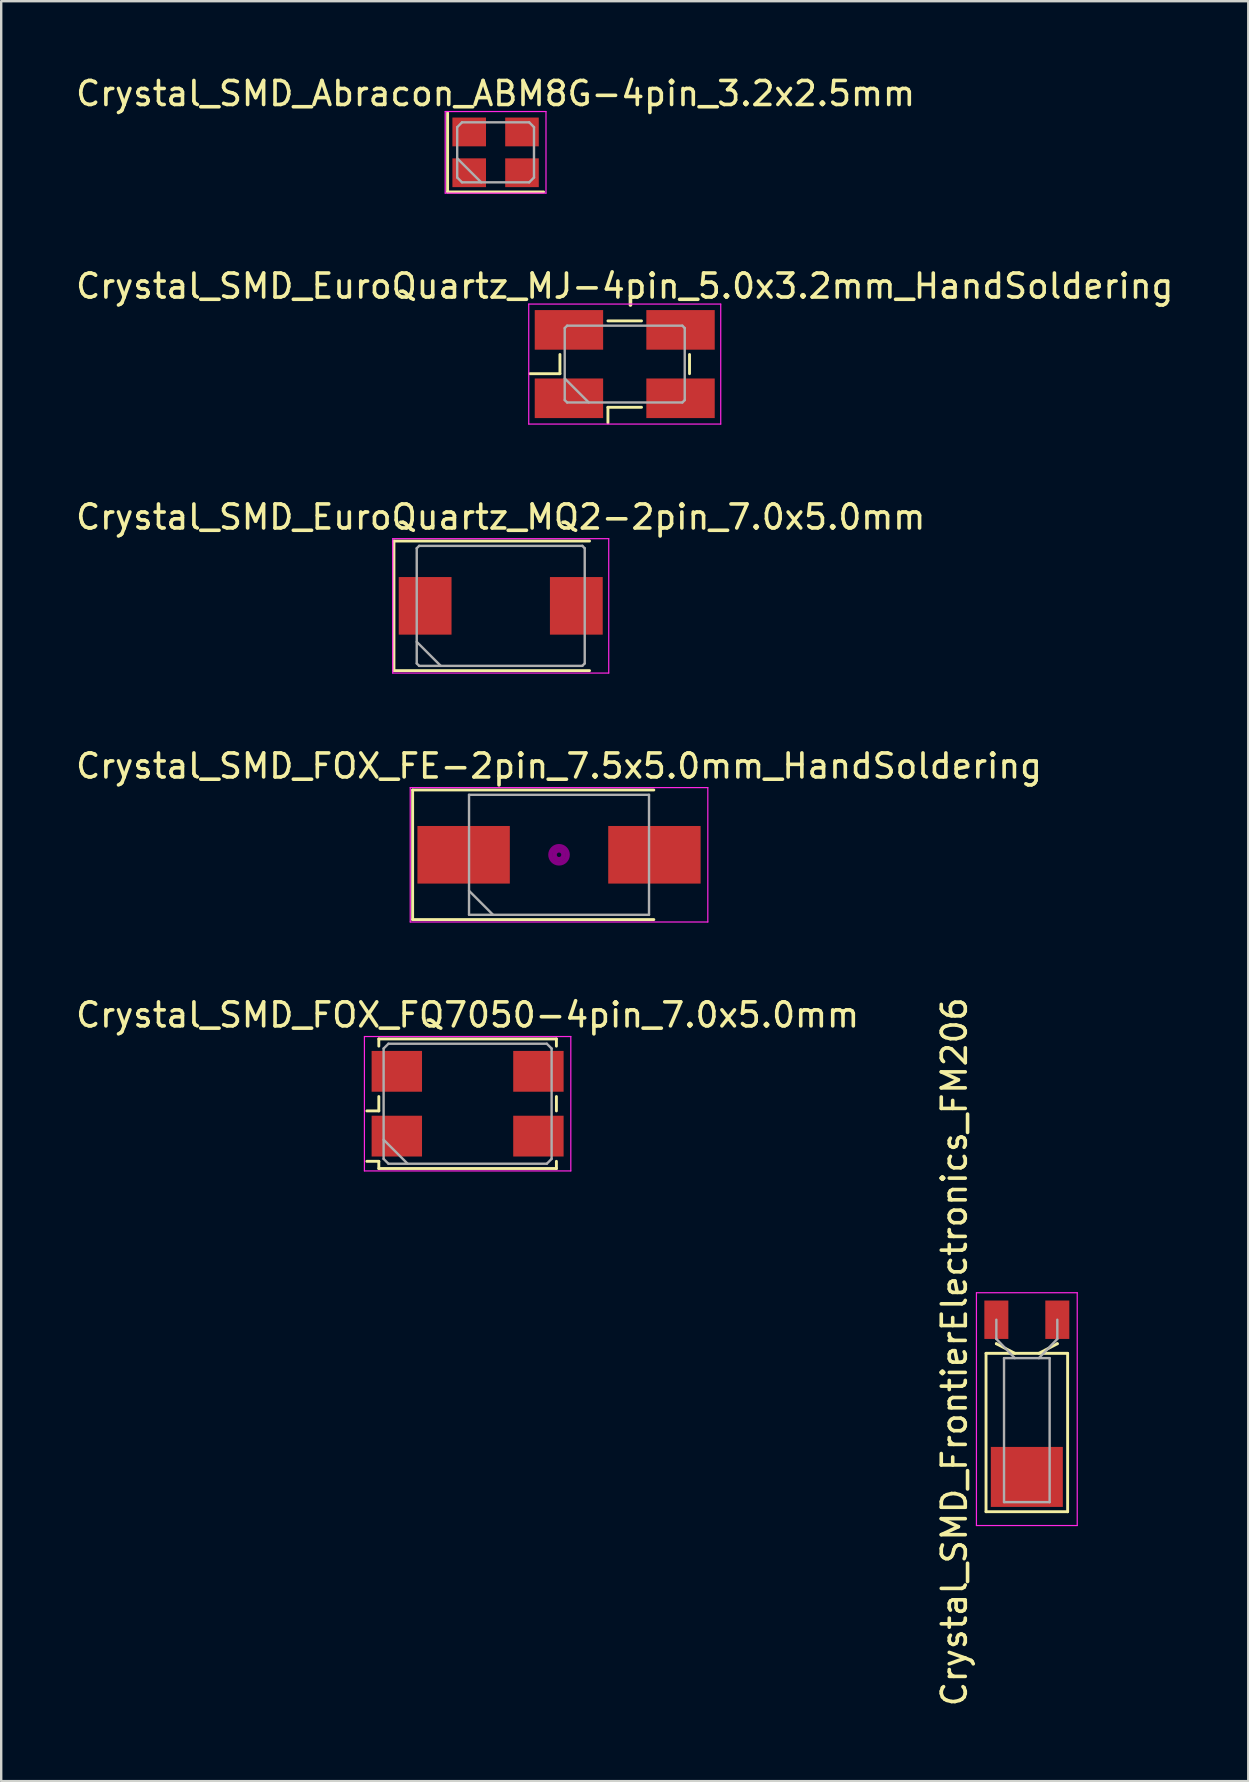
<source format=kicad_pcb>
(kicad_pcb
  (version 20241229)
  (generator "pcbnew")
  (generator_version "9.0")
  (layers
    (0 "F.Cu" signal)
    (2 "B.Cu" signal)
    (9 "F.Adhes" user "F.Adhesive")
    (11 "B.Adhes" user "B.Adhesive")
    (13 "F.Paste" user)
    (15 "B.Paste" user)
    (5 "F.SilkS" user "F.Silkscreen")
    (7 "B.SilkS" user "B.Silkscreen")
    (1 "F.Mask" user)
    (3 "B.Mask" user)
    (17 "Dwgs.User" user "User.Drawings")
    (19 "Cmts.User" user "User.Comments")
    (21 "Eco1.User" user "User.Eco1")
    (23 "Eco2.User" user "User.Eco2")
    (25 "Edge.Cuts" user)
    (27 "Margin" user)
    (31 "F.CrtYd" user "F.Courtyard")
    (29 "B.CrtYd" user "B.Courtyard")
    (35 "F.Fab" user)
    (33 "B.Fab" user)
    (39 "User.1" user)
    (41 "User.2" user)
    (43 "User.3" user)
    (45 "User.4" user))
  (footprint "Crystal_SMD_FOX_FQ7050-4pin_7.0x5.0mm"
    (layer "F.Cu")
    (at 16.435 42.941)
    (property "Reference" "Crystal_SMD_FOX_FQ7050-4pin_7.0x5.0mm" (at 0 -3.7 0) (layer "F.SilkS") (effects (font (size 1 1) (thickness 0.15))))
    (attr smd)
    (fp_line (start -4.2 0.3) (end -3.7 0.3) (stroke (width 0.12) (type solid)) (layer "F.SilkS"))
    (fp_line (start -4.2 2.4) (end -3.7 2.4) (stroke (width 0.12) (type solid)) (layer "F.SilkS"))
    (fp_line (start -3.7 -2.7) (end 3.7 -2.7) (stroke (width 0.12) (type solid)) (layer "F.SilkS"))
    (fp_line (start -3.7 -2.4) (end -3.7 -2.7) (stroke (width 0.12) (type solid)) (layer "F.SilkS"))
    (fp_line (start -3.7 0.3) (end -3.7 -0.3) (stroke (width 0.12) (type solid)) (layer "F.SilkS"))
    (fp_line (start -3.7 2.4) (end -3.7 2.7) (stroke (width 0.12) (type solid)) (layer "F.SilkS"))
    (fp_line (start -3.7 2.7) (end 3.7 2.7) (stroke (width 0.12) (type solid)) (layer "F.SilkS"))
    (fp_line (start 3.7 -2.7) (end 3.7 -2.4) (stroke (width 0.12) (type solid)) (layer "F.SilkS"))
    (fp_line (start 3.7 -0.3) (end 3.7 0.3) (stroke (width 0.12) (type solid)) (layer "F.SilkS"))
    (fp_line (start 3.7 2.7) (end 3.7 2.4) (stroke (width 0.12) (type solid)) (layer "F.SilkS"))
    (fp_line (start -4.3 -2.8) (end -4.3 2.8) (stroke (width 0.05) (type solid)) (layer "F.CrtYd"))
    (fp_line (start -4.3 2.8) (end 4.3 2.8) (stroke (width 0.05) (type solid)) (layer "F.CrtYd"))
    (fp_line (start 4.3 -2.8) (end -4.3 -2.8) (stroke (width 0.05) (type solid)) (layer "F.CrtYd"))
    (fp_line (start 4.3 2.8) (end 4.3 -2.8) (stroke (width 0.05) (type solid)) (layer "F.CrtYd"))
    (fp_line (start -3.5 -2.3) (end -3.3 -2.5) (stroke (width 0.1) (type solid)) (layer "F.Fab"))
    (fp_line (start -3.5 1.5) (end -2.5 2.5) (stroke (width 0.1) (type solid)) (layer "F.Fab"))
    (fp_line (start -3.5 2.3) (end -3.5 -2.3) (stroke (width 0.1) (type solid)) (layer "F.Fab"))
    (fp_line (start -3.3 -2.5) (end 3.3 -2.5) (stroke (width 0.1) (type solid)) (layer "F.Fab"))
    (fp_line (start -3.3 2.5) (end -3.5 2.3) (stroke (width 0.1) (type solid)) (layer "F.Fab"))
    (fp_line (start 3.3 -2.5) (end 3.5 -2.3) (stroke (width 0.1) (type solid)) (layer "F.Fab"))
    (fp_line (start 3.3 2.5) (end -3.3 2.5) (stroke (width 0.1) (type solid)) (layer "F.Fab"))
    (fp_line (start 3.5 -2.3) (end 3.5 2.3) (stroke (width 0.1) (type solid)) (layer "F.Fab"))
    (fp_line (start 3.5 2.3) (end 3.3 2.5) (stroke (width 0.1) (type solid)) (layer "F.Fab"))
    (pad "1" smd rect (at -2.95 1.35) (size 2.1 1.7) (layers "F.Cu" "F.Mask"))
    (pad "2" smd rect (at 2.95 1.35) (size 2.1 1.7) (layers "F.Cu" "F.Mask"))
    (pad "3" smd rect (at 2.95 -1.35) (size 2.1 1.7) (layers "F.Cu" "F.Mask"))
    (pad "4" smd rect (at -2.95 -1.35) (size 2.1 1.7) (layers "F.Cu" "F.Mask")))
  (footprint "Crystal_SMD_EuroQuartz_MQ2-2pin_7.0x5.0mm"
    (layer "F.Cu")
    (at 17.815 22.195)
    (property "Reference" "Crystal_SMD_EuroQuartz_MQ2-2pin_7.0x5.0mm" (at 0 -3.7 0) (layer "F.SilkS") (effects (font (size 1 1) (thickness 0.15))))
    (attr smd)
    (fp_line (start -4.45 -2.7) (end -4.45 2.7) (stroke (width 0.12) (type solid)) (layer "F.SilkS"))
    (fp_line (start -4.45 2.7) (end 3.7 2.7) (stroke (width 0.12) (type solid)) (layer "F.SilkS"))
    (fp_line (start 3.7 -2.7) (end -4.45 -2.7) (stroke (width 0.12) (type solid)) (layer "F.SilkS"))
    (fp_line (start -4.5 -2.8) (end -4.5 2.8) (stroke (width 0.05) (type solid)) (layer "F.CrtYd"))
    (fp_line (start -4.5 2.8) (end 4.5 2.8) (stroke (width 0.05) (type solid)) (layer "F.CrtYd"))
    (fp_line (start 4.5 -2.8) (end -4.5 -2.8) (stroke (width 0.05) (type solid)) (layer "F.CrtYd"))
    (fp_line (start 4.5 2.8) (end 4.5 -2.8) (stroke (width 0.05) (type solid)) (layer "F.CrtYd"))
    (fp_line (start -3.5 -2.4) (end -3.4 -2.5) (stroke (width 0.1) (type solid)) (layer "F.Fab"))
    (fp_line (start -3.5 1.5) (end -2.5 2.5) (stroke (width 0.1) (type solid)) (layer "F.Fab"))
    (fp_line (start -3.5 2.4) (end -3.5 -2.4) (stroke (width 0.1) (type solid)) (layer "F.Fab"))
    (fp_line (start -3.4 -2.5) (end 3.4 -2.5) (stroke (width 0.1) (type solid)) (layer "F.Fab"))
    (fp_line (start -3.4 2.5) (end -3.5 2.4) (stroke (width 0.1) (type solid)) (layer "F.Fab"))
    (fp_line (start 3.4 -2.5) (end 3.5 -2.4) (stroke (width 0.1) (type solid)) (layer "F.Fab"))
    (fp_line (start 3.4 2.5) (end -3.4 2.5) (stroke (width 0.1) (type solid)) (layer "F.Fab"))
    (fp_line (start 3.5 -2.4) (end 3.5 2.4) (stroke (width 0.1) (type solid)) (layer "F.Fab"))
    (fp_line (start 3.5 2.4) (end 3.4 2.5) (stroke (width 0.1) (type solid)) (layer "F.Fab"))
    (pad "1" smd rect (at -3.15 0) (size 2.2 2.4) (layers "F.Cu" "F.Mask"))
    (pad "2" smd rect (at 3.15 0) (size 2.2 2.4) (layers "F.Cu" "F.Mask")))
  (footprint "Crystal_SMD_Abracon_ABM8G-4pin_3.2x2.5mm"
    (layer "F.Cu")
    (at 17.601 3.298)
    (property "Reference" "Crystal_SMD_Abracon_ABM8G-4pin_3.2x2.5mm" (at 0 -2.45 0) (layer "F.SilkS") (effects (font (size 1 1) (thickness 0.15))))
    (attr smd)
    (fp_line (start -2 -1.65) (end -2 1.65) (stroke (width 0.12) (type solid)) (layer "F.SilkS"))
    (fp_line (start -2 1.65) (end 2 1.65) (stroke (width 0.12) (type solid)) (layer "F.SilkS"))
    (fp_line (start -2.1 -1.7) (end -2.1 1.7) (stroke (width 0.05) (type solid)) (layer "F.CrtYd"))
    (fp_line (start -2.1 1.7) (end 2.1 1.7) (stroke (width 0.05) (type solid)) (layer "F.CrtYd"))
    (fp_line (start 2.1 -1.7) (end -2.1 -1.7) (stroke (width 0.05) (type solid)) (layer "F.CrtYd"))
    (fp_line (start 2.1 1.7) (end 2.1 -1.7) (stroke (width 0.05) (type solid)) (layer "F.CrtYd"))
    (fp_line (start -1.6 -1.05) (end -1.4 -1.25) (stroke (width 0.1) (type solid)) (layer "F.Fab"))
    (fp_line (start -1.6 0.25) (end -0.6 1.25) (stroke (width 0.1) (type solid)) (layer "F.Fab"))
    (fp_line (start -1.6 1.05) (end -1.6 -1.05) (stroke (width 0.1) (type solid)) (layer "F.Fab"))
    (fp_line (start -1.4 -1.25) (end 1.4 -1.25) (stroke (width 0.1) (type solid)) (layer "F.Fab"))
    (fp_line (start -1.4 1.25) (end -1.6 1.05) (stroke (width 0.1) (type solid)) (layer "F.Fab"))
    (fp_line (start 1.4 -1.25) (end 1.6 -1.05) (stroke (width 0.1) (type solid)) (layer "F.Fab"))
    (fp_line (start 1.4 1.25) (end -1.4 1.25) (stroke (width 0.1) (type solid)) (layer "F.Fab"))
    (fp_line (start 1.6 -1.05) (end 1.6 1.05) (stroke (width 0.1) (type solid)) (layer "F.Fab"))
    (fp_line (start 1.6 1.05) (end 1.4 1.25) (stroke (width 0.1) (type solid)) (layer "F.Fab"))
    (pad "1" smd rect (at -1.1 0.85) (size 1.4 1.2) (layers "F.Cu" "F.Mask"))
    (pad "2" smd rect (at 1.1 0.85) (size 1.4 1.2) (layers "F.Cu" "F.Mask"))
    (pad "3" smd rect (at 1.1 -0.85) (size 1.4 1.2) (layers "F.Cu" "F.Mask"))
    (pad "4" smd rect (at -1.1 -0.85) (size 1.4 1.2) (layers "F.Cu" "F.Mask")))
  (footprint "Crystal_SMD_EuroQuartz_MJ-4pin_5.0x3.2mm_HandSoldering"
    (layer "F.Cu")
    (at 22.982 12.121)
    (property "Reference" "Crystal_SMD_EuroQuartz_MJ-4pin_5.0x3.2mm_HandSoldering" (at 0 -3.25 0) (layer "F.SilkS") (effects (font (size 1 1) (thickness 0.15))))
    (attr smd)
    (fp_line (start -3.95 0.4) (end -2.7 0.4) (stroke (width 0.12) (type solid)) (layer "F.SilkS"))
    (fp_line (start -2.7 0.4) (end -2.7 -0.4) (stroke (width 0.12) (type solid)) (layer "F.SilkS"))
    (fp_line (start -0.7 -1.8) (end 0.7 -1.8) (stroke (width 0.12) (type solid)) (layer "F.SilkS"))
    (fp_line (start -0.7 1.8) (end -0.7 2.45) (stroke (width 0.12) (type solid)) (layer "F.SilkS"))
    (fp_line (start 0.7 1.8) (end -0.7 1.8) (stroke (width 0.12) (type solid)) (layer "F.SilkS"))
    (fp_line (start 2.7 -0.4) (end 2.7 0.4) (stroke (width 0.12) (type solid)) (layer "F.SilkS"))
    (fp_line (start -4 -2.5) (end -4 2.5) (stroke (width 0.05) (type solid)) (layer "F.CrtYd"))
    (fp_line (start -4 2.5) (end 4 2.5) (stroke (width 0.05) (type solid)) (layer "F.CrtYd"))
    (fp_line (start 4 -2.5) (end -4 -2.5) (stroke (width 0.05) (type solid)) (layer "F.CrtYd"))
    (fp_line (start 4 2.5) (end 4 -2.5) (stroke (width 0.05) (type solid)) (layer "F.CrtYd"))
    (fp_line (start -2.5 -1.5) (end -2.4 -1.6) (stroke (width 0.1) (type solid)) (layer "F.Fab"))
    (fp_line (start -2.5 0.6) (end -1.5 1.6) (stroke (width 0.1) (type solid)) (layer "F.Fab"))
    (fp_line (start -2.5 1.5) (end -2.5 -1.5) (stroke (width 0.1) (type solid)) (layer "F.Fab"))
    (fp_line (start -2.4 -1.6) (end 2.4 -1.6) (stroke (width 0.1) (type solid)) (layer "F.Fab"))
    (fp_line (start -2.4 1.6) (end -2.5 1.5) (stroke (width 0.1) (type solid)) (layer "F.Fab"))
    (fp_line (start 2.4 -1.6) (end 2.5 -1.5) (stroke (width 0.1) (type solid)) (layer "F.Fab"))
    (fp_line (start 2.4 1.6) (end -2.4 1.6) (stroke (width 0.1) (type solid)) (layer "F.Fab"))
    (fp_line (start 2.5 -1.5) (end 2.5 1.5) (stroke (width 0.1) (type solid)) (layer "F.Fab"))
    (fp_line (start 2.5 1.5) (end 2.4 1.6) (stroke (width 0.1) (type solid)) (layer "F.Fab"))
    (pad "1" smd rect (at -2.325 1.425) (size 2.85 1.65) (layers "F.Cu" "F.Mask"))
    (pad "2" smd rect (at 2.325 1.425) (size 2.85 1.65) (layers "F.Cu" "F.Mask"))
    (pad "3" smd rect (at 2.325 -1.425) (size 2.85 1.65) (layers "F.Cu" "F.Mask"))
    (pad "4" smd rect (at -2.325 -1.425) (size 2.85 1.65) (layers "F.Cu" "F.Mask")))
  (footprint "Crystal_SMD_FOX_FE-2pin_7.5x5.0mm_HandSoldering"
    (layer "F.Cu")
    (at 20.244 32.568)
    (property "Reference" "Crystal_SMD_FOX_FE-2pin_7.5x5.0mm_HandSoldering" (at 0 -3.7 0) (layer "F.SilkS") (effects (font (size 1 1) (thickness 0.15))))
    (attr smd)
    (fp_line (start -6.1 -2.7) (end -6.1 2.7) (stroke (width 0.12) (type solid)) (layer "F.SilkS"))
    (fp_line (start -6.1 2.7) (end 3.95 2.7) (stroke (width 0.12) (type solid)) (layer "F.SilkS"))
    (fp_line (start 3.95 -2.7) (end -6.1 -2.7) (stroke (width 0.12) (type solid)) (layer "F.SilkS"))
    (fp_circle (center 0 0) (end 0.093 0) (stroke (width 0.187) (type solid)) (fill no) (layer "F.Adhes"))
    (fp_circle (center 0 0) (end 0.213 0) (stroke (width 0.133) (type solid)) (fill no) (layer "F.Adhes"))
    (fp_circle (center 0 0) (end 0.333 0) (stroke (width 0.133) (type solid)) (fill no) (layer "F.Adhes"))
    (fp_circle (center 0 0) (end 0.4 0) (stroke (width 0.1) (type solid)) (fill no) (layer "F.Adhes"))
    (fp_line (start -6.2 -2.8) (end -6.2 2.8) (stroke (width 0.05) (type solid)) (layer "F.CrtYd"))
    (fp_line (start -6.2 2.8) (end 6.2 2.8) (stroke (width 0.05) (type solid)) (layer "F.CrtYd"))
    (fp_line (start 6.2 -2.8) (end -6.2 -2.8) (stroke (width 0.05) (type solid)) (layer "F.CrtYd"))
    (fp_line (start 6.2 2.8) (end 6.2 -2.8) (stroke (width 0.05) (type solid)) (layer "F.CrtYd"))
    (fp_line (start -3.75 -2.5) (end -3.75 2.5) (stroke (width 0.1) (type solid)) (layer "F.Fab"))
    (fp_line (start -3.75 1.5) (end -2.75 2.5) (stroke (width 0.1) (type solid)) (layer "F.Fab"))
    (fp_line (start -3.75 2.5) (end 3.75 2.5) (stroke (width 0.1) (type solid)) (layer "F.Fab"))
    (fp_line (start 3.75 -2.5) (end -3.75 -2.5) (stroke (width 0.1) (type solid)) (layer "F.Fab"))
    (fp_line (start 3.75 2.5) (end 3.75 -2.5) (stroke (width 0.1) (type solid)) (layer "F.Fab"))
    (pad "1" smd rect (at -3.975 0) (size 3.85 2.4) (layers "F.Cu" "F.Mask"))
    (pad "2" smd rect (at 3.975 0) (size 3.85 2.4) (layers "F.Cu" "F.Mask")))
  (footprint "Crystal_SMD_FrontierElectronics_FM206"
    (layer "F.Cu")
    (at 39.737 55.217)
    (property "Reference" "Crystal_SMD_FrontierElectronics_FM206" (at -3.02 -1.938 90) (layer "F.SilkS") (effects (font (size 1 1) (thickness 0.15))))
    (attr smd)
    (fp_line (start -1.7 -1.875) (end -1.7 4.725) (stroke (width 0.12) (type solid)) (layer "F.SilkS"))
    (fp_line (start -1.7 4.725) (end 1.7 4.725) (stroke (width 0.12) (type solid)) (layer "F.SilkS"))
    (fp_line (start -1.27 -2.275) (end -1.27 -2.275) (stroke (width 0.12) (type solid)) (layer "F.SilkS"))
    (fp_line (start -0.5 -1.875) (end -1.27 -2.275) (stroke (width 0.12) (type solid)) (layer "F.SilkS"))
    (fp_line (start 0.5 -1.875) (end 1.27 -2.275) (stroke (width 0.12) (type solid)) (layer "F.SilkS"))
    (fp_line (start 1.27 -2.275) (end 1.27 -2.275) (stroke (width 0.12) (type solid)) (layer "F.SilkS"))
    (fp_line (start 1.7 -1.875) (end -1.7 -1.875) (stroke (width 0.12) (type solid)) (layer "F.SilkS"))
    (fp_line (start 1.7 4.725) (end 1.7 -1.875) (stroke (width 0.12) (type solid)) (layer "F.SilkS"))
    (fp_line (start -2.1 -4.4) (end -2.1 5.3) (stroke (width 0.05) (type solid)) (layer "F.CrtYd"))
    (fp_line (start -2.1 5.3) (end 2.1 5.3) (stroke (width 0.05) (type solid)) (layer "F.CrtYd"))
    (fp_line (start 2.1 -4.4) (end -2.1 -4.4) (stroke (width 0.05) (type solid)) (layer "F.CrtYd"))
    (fp_line (start 2.1 5.3) (end 2.1 -4.4) (stroke (width 0.05) (type solid)) (layer "F.CrtYd"))
    (fp_line (start -1.27 -2.475) (end -1.27 -3.275) (stroke (width 0.1) (type solid)) (layer "F.Fab"))
    (fp_line (start -0.95 -1.675) (end -0.95 4.325) (stroke (width 0.1) (type solid)) (layer "F.Fab"))
    (fp_line (start -0.95 4.325) (end 0.95 4.325) (stroke (width 0.1) (type solid)) (layer "F.Fab"))
    (fp_line (start -0.5 -1.675) (end -1.27 -2.475) (stroke (width 0.1) (type solid)) (layer "F.Fab"))
    (fp_line (start 0.5 -1.675) (end 1.27 -2.475) (stroke (width 0.1) (type solid)) (layer "F.Fab"))
    (fp_line (start 0.95 -1.675) (end -0.95 -1.675) (stroke (width 0.1) (type solid)) (layer "F.Fab"))
    (fp_line (start 0.95 4.325) (end 0.95 -1.675) (stroke (width 0.1) (type solid)) (layer "F.Fab"))
    (fp_line (start 1.27 -2.475) (end 1.27 -3.275) (stroke (width 0.1) (type solid)) (layer "F.Fab"))
    (pad "1" smd rect (at -1.27 -3.275) (size 1 1.6) (layers "F.Cu" "F.Mask"))
    (pad "2" smd rect (at 1.27 -3.275) (size 1 1.6) (layers "F.Cu" "F.Mask"))
    (pad "3" smd rect (at 0 3.275) (size 3 2.5) (layers "F.Cu" "F.Mask")))
  (gr_rect
    (start -3 -3)
    (end 48.964 71.167)
    (stroke (width 0.1) (type default))
    (fill no)
    (layer "Edge.Cuts")))
</source>
